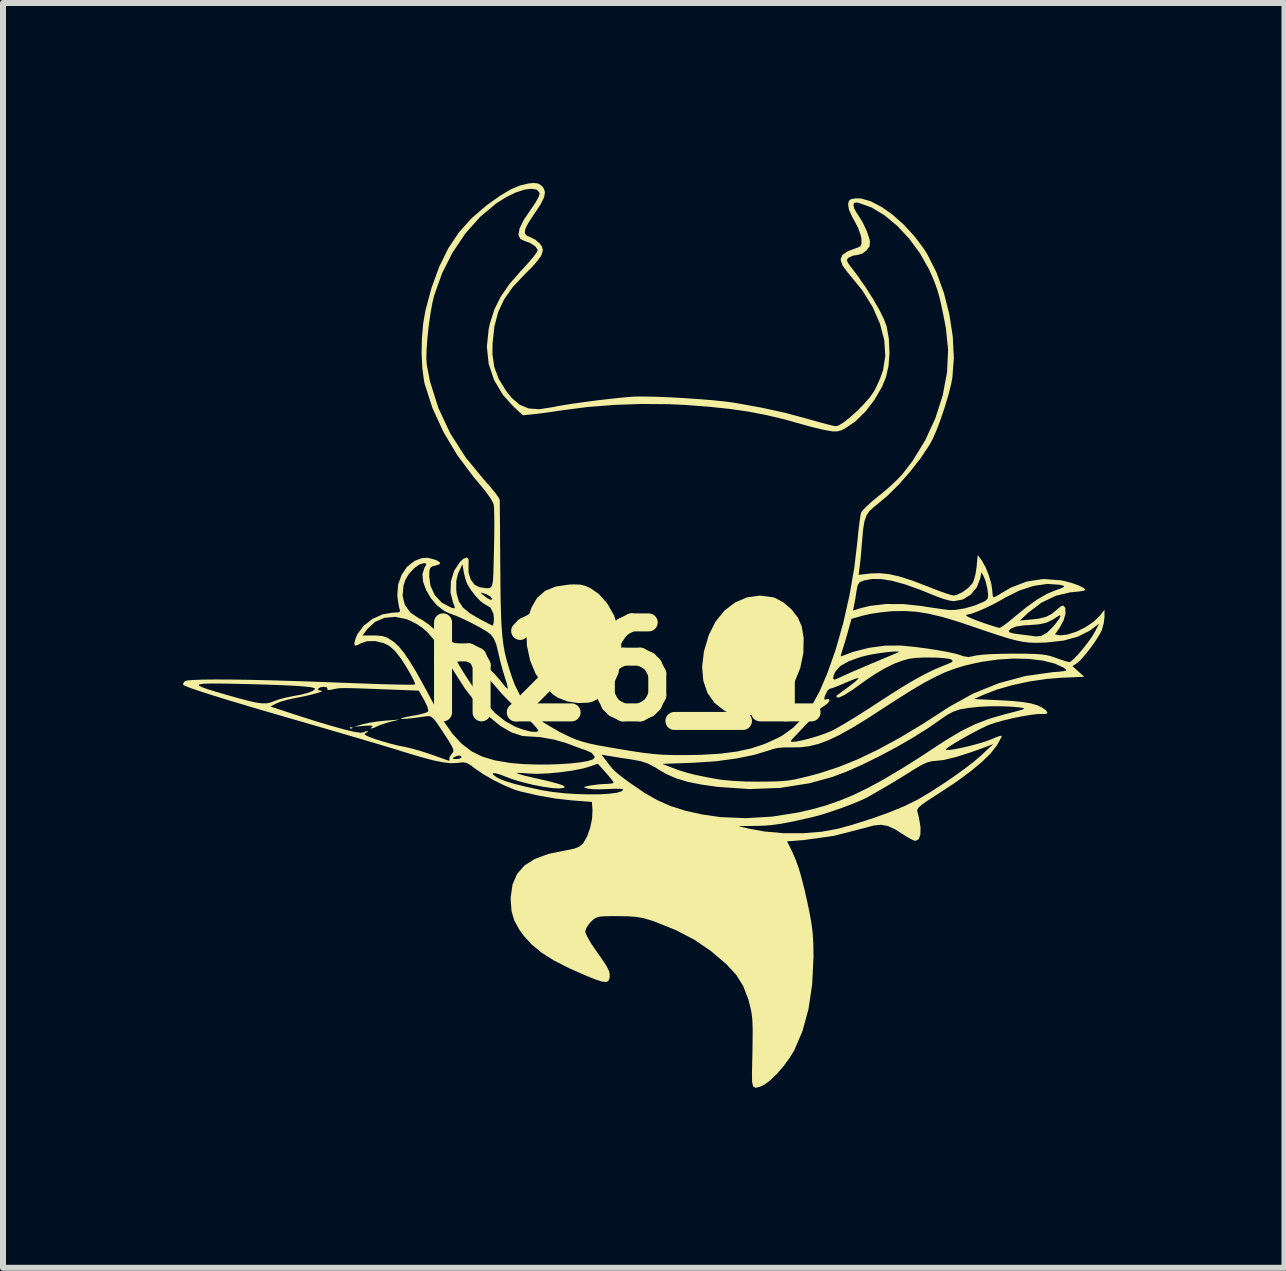
<source format=kicad_pcb>
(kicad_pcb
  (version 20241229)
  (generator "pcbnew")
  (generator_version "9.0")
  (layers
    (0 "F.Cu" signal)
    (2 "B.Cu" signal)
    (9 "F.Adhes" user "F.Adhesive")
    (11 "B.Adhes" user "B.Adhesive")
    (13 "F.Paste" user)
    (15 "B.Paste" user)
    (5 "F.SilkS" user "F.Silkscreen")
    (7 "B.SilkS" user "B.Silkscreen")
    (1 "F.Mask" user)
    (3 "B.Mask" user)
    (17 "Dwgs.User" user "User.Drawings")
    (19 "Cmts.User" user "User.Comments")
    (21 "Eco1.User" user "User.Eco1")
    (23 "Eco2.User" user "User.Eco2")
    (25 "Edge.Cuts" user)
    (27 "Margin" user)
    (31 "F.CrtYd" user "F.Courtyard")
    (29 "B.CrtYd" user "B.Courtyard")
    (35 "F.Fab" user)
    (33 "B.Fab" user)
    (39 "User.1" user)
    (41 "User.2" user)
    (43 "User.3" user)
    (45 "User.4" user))
  (footprint "h26_1"
    (layer "F.Cu")
    (at 7.371 7.131)
    (property "Reference" "h26_1" (at 0 1.016 0) (layer "F.SilkS") (effects (font (size 1.5 1.5) (thickness 0.3))))
    (attr board_only exclude_from_pos_files exclude_from_bom)
    (fp_poly (pts (xy -4.587 1.945) (xy -4.582 1.964) (xy -4.566 1.966) (xy -4.54 1.954) (xy -4.545 1.945) (xy -4.582 1.941)) (stroke (width 0) (type solid)) (fill yes) (layer "F.SilkS"))
    (fp_poly (pts (xy -3.995 1.832) (xy -4.136 1.847) (xy -4.274 1.869) (xy -4.375 1.892) (xy -4.518 1.934) (xy -4.344 1.919) (xy -4.245 1.914) (xy -4.207 1.921) (xy -4.217 1.935) (xy -4.244 1.959) (xy -4.226 1.963) (xy -4.18 1.949) (xy -4.14 1.929) (xy -4.074 1.901) (xy -3.975 1.869) (xy -3.918 1.853) (xy -3.757 1.814)) (stroke (width 0) (type solid)) (fill yes) (layer "F.SilkS"))
    (fp_poly (pts (xy 2.032 -0.223) (xy 1.833 -0.138) (xy 1.655 -0.002) (xy 1.507 0.181) (xy 1.395 0.404) (xy 1.313 0.681) (xy 1.283 0.937) (xy 1.303 1.168) (xy 1.372 1.37) (xy 1.49 1.537) (xy 1.655 1.666) (xy 1.688 1.684) (xy 1.827 1.728) (xy 1.997 1.744) (xy 2.171 1.73) (xy 2.325 1.688) (xy 2.336 1.683) (xy 2.529 1.562) (xy 2.694 1.393) (xy 2.826 1.186) (xy 2.92 0.953) (xy 2.971 0.705) (xy 2.976 0.452) (xy 2.944 0.261) (xy 2.881 0.116) (xy 2.773 -0.023) (xy 2.639 -0.139) (xy 2.497 -0.215) (xy 2.47 -0.223) (xy 2.247 -0.253)) (stroke (width 0) (type solid)) (fill yes) (layer "F.SilkS"))
    (fp_poly (pts (xy -0.935 -0.436) (xy -1.158 -0.403) (xy -1.333 -0.332) (xy -1.465 -0.218) (xy -1.56 -0.057) (xy -1.603 0.07) (xy -1.645 0.324) (xy -1.638 0.579) (xy -1.585 0.826) (xy -1.492 1.052) (xy -1.36 1.248) (xy -1.195 1.403) (xy -1.116 1.453) (xy -0.962 1.512) (xy -0.786 1.539) (xy -0.617 1.533) (xy -0.539 1.514) (xy -0.405 1.442) (xy -0.278 1.325) (xy -0.174 1.182) (xy -0.112 1.044) (xy -0.066 0.8) (xy -0.065 0.551) (xy -0.106 0.307) (xy -0.184 0.08) (xy -0.297 -0.12) (xy -0.441 -0.281) (xy -0.57 -0.371) (xy -0.66 -0.414) (xy -0.744 -0.435) (xy -0.848 -0.439)) (stroke (width 0) (type solid)) (fill yes) (layer "F.SilkS"))
    (fp_poly (pts (xy -1.608 -7.123) (xy -1.75 -7.09) (xy -1.902 -7.026) (xy -2.074 -6.925) (xy -2.276 -6.783) (xy -2.313 -6.755) (xy -2.56 -6.543) (xy -2.771 -6.307) (xy -2.949 -6.04) (xy -3.1 -5.733) (xy -3.228 -5.38) (xy -3.328 -5.01) (xy -3.366 -4.793) (xy -3.388 -4.545) (xy -3.393 -4.288) (xy -3.381 -4.044) (xy -3.353 -3.832) (xy -3.34 -3.776) (xy -3.212 -3.379) (xy -3.029 -2.98) (xy -2.797 -2.591) (xy -2.522 -2.224) (xy -2.443 -2.131) (xy -2.328 -1.992) (xy -2.243 -1.874) (xy -2.196 -1.786) (xy -2.191 -1.767) (xy -2.185 -1.705) (xy -2.182 -1.59) (xy -2.181 -1.435) (xy -2.182 -1.251) (xy -2.186 -1.05) (xy -2.186 -1.015) (xy -2.192 -0.795) (xy -2.196 -0.63) (xy -2.203 -0.514) (xy -2.214 -0.438) (xy -2.234 -0.394) (xy -2.265 -0.376) (xy -2.31 -0.375) (xy -2.372 -0.384) (xy -2.424 -0.391) (xy -2.509 -0.432) (xy -2.573 -0.518) (xy -2.61 -0.634) (xy -2.611 -0.765) (xy -2.61 -0.769) (xy -2.609 -0.856) (xy -2.638 -0.889) (xy -2.695 -0.867) (xy -2.751 -0.816) (xy -2.85 -0.668) (xy -2.904 -0.491) (xy -2.911 -0.305) (xy -2.87 -0.14) (xy -2.842 -0.068) (xy -2.842 -0.041) (xy -2.875 -0.044) (xy -2.894 -0.05) (xy -3.051 -0.13) (xy -3.17 -0.255) (xy -3.244 -0.414) (xy -3.266 -0.567) (xy -3.263 -0.664) (xy -3.249 -0.715) (xy -3.215 -0.739) (xy -3.17 -0.75) (xy -3.095 -0.774) (xy -3.083 -0.803) (xy -3.134 -0.837) (xy -3.175 -0.853) (xy -3.291 -0.883) (xy -3.389 -0.877) (xy -3.501 -0.834) (xy -3.518 -0.825) (xy -3.637 -0.732) (xy -3.728 -0.595) (xy -3.785 -0.432) (xy -3.798 -0.26) (xy -3.797 -0.245) (xy -3.783 -0.139) (xy -3.767 -0.053) (xy -3.758 -0.024) (xy -3.752 0.011) (xy -3.781 0.027) (xy -3.858 0.032) (xy -3.873 0.032) (xy -4.046 0.061) (xy -4.213 0.137) (xy -4.358 0.251) (xy -4.463 0.39) (xy -4.495 0.465) (xy -4.516 0.55) (xy -4.501 0.583) (xy -4.448 0.567) (xy -4.417 0.548) (xy -4.305 0.508) (xy -4.166 0.506) (xy -4.022 0.541) (xy -3.934 0.585) (xy -3.839 0.667) (xy -3.733 0.803) (xy -3.648 0.936) (xy -3.58 1.053) (xy -3.53 1.148) (xy -3.503 1.211) (xy -3.501 1.229) (xy -3.536 1.232) (xy -3.627 1.233) (xy -3.765 1.231) (xy -3.944 1.227) (xy -4.154 1.221) (xy -4.39 1.212) (xy -4.51 1.208) (xy -5.007 1.189) (xy -5.463 1.173) (xy -5.876 1.161) (xy -6.243 1.152) (xy -6.562 1.147) (xy -6.831 1.146) (xy -7.045 1.148) (xy -7.204 1.154) (xy -7.304 1.163) (xy -7.341 1.174) (xy -7.371 1.217) (xy -7.365 1.238) (xy -7.321 1.26) (xy -7.221 1.297) (xy -7.07 1.348) (xy -6.873 1.411) (xy -6.634 1.485) (xy -6.36 1.567) (xy -6.054 1.658) (xy -5.913 1.699) (xy -5.517 1.814) (xy -5.175 1.913) (xy -4.883 1.998) (xy -4.635 2.071) (xy -4.425 2.132) (xy -4.247 2.185) (xy -4.096 2.229) (xy -3.966 2.269) (xy -3.851 2.303) (xy -3.746 2.336) (xy -3.662 2.362) (xy -3.405 2.439) (xy -3.199 2.494) (xy -3.035 2.527) (xy -2.906 2.542) (xy -2.803 2.538) (xy -2.778 2.535) (xy -2.702 2.526) (xy -2.64 2.538) (xy -2.57 2.579) (xy -2.505 2.629) (xy -2.368 2.723) (xy -2.199 2.82) (xy -2.018 2.91) (xy -1.849 2.98) (xy -1.743 3.013) (xy -1.436 3.083) (xy -1.163 3.13) (xy -0.903 3.16) (xy -0.856 3.164) (xy -0.554 3.187) (xy -0.544 3.323) (xy -0.551 3.464) (xy -0.583 3.619) (xy -0.634 3.763) (xy -0.697 3.872) (xy -0.705 3.883) (xy -0.764 3.932) (xy -0.848 3.966) (xy -0.974 3.992) (xy -0.998 3.996) (xy -1.281 4.054) (xy -1.507 4.138) (xy -1.68 4.248) (xy -1.802 4.389) (xy -1.877 4.563) (xy -1.907 4.772) (xy -1.908 4.82) (xy -1.894 5.005) (xy -1.848 5.165) (xy -1.761 5.321) (xy -1.689 5.42) (xy -1.555 5.567) (xy -1.391 5.701) (xy -1.187 5.83) (xy -0.934 5.959) (xy -0.824 6.008) (xy -0.631 6.092) (xy -0.489 6.149) (xy -0.388 6.181) (xy -0.322 6.189) (xy -0.283 6.175) (xy -0.264 6.14) (xy -0.259 6.114) (xy -0.257 6.063) (xy -0.266 6.013) (xy -0.293 5.953) (xy -0.343 5.871) (xy -0.421 5.757) (xy -0.491 5.658) (xy -0.568 5.545) (xy -0.627 5.442) (xy -0.661 5.368) (xy -0.665 5.346) (xy -0.643 5.281) (xy -0.588 5.204) (xy -0.568 5.183) (xy -0.523 5.142) (xy -0.481 5.116) (xy -0.428 5.1) (xy -0.349 5.093) (xy -0.231 5.091) (xy -0.116 5.091) (xy 0.056 5.094) (xy 0.187 5.104) (xy 0.299 5.123) (xy 0.414 5.156) (xy 0.492 5.182) (xy 0.845 5.324) (xy 1.153 5.484) (xy 1.431 5.673) (xy 1.693 5.897) (xy 1.852 6.071) (xy 1.968 6.256) (xy 2.052 6.474) (xy 2.082 6.588) (xy 2.098 6.655) (xy 2.109 6.719) (xy 2.118 6.79) (xy 2.123 6.876) (xy 2.126 6.985) (xy 2.125 7.126) (xy 2.123 7.307) (xy 2.118 7.538) (xy 2.114 7.721) (xy 2.116 7.852) (xy 2.133 7.927) (xy 2.173 7.953) (xy 2.243 7.937) (xy 2.309 7.907) (xy 2.408 7.838) (xy 2.523 7.728) (xy 2.641 7.592) (xy 2.748 7.445) (xy 2.818 7.33) (xy 2.956 7.008) (xy 3.057 6.639) (xy 3.118 6.225) (xy 3.14 5.772) (xy 3.14 5.752) (xy 3.137 5.55) (xy 3.127 5.38) (xy 3.107 5.216) (xy 3.074 5.034) (xy 3.045 4.892) (xy 2.989 4.645) (xy 2.939 4.447) (xy 2.893 4.288) (xy 2.845 4.155) (xy 2.794 4.035) (xy 2.773 3.992) (xy 2.699 3.845) (xy 2.975 3.823) (xy 3.479 3.753) (xy 3.977 3.625) (xy 4.138 3.581) (xy 4.266 3.568) (xy 4.382 3.589) (xy 4.507 3.648) (xy 4.631 3.727) (xy 4.725 3.785) (xy 4.802 3.825) (xy 4.84 3.837) (xy 4.894 3.809) (xy 4.922 3.731) (xy 4.924 3.61) (xy 4.899 3.454) (xy 4.87 3.345) (xy 4.87 3.316) (xy 4.892 3.281) (xy 4.943 3.236) (xy 5.03 3.174) (xy 5.161 3.088) (xy 5.255 3.028) (xy 5.519 2.854) (xy 5.752 2.683) (xy 5.946 2.522) (xy 6.096 2.375) (xy 6.195 2.247) (xy 6.2 2.239) (xy 6.209 2.223) (xy 6.137 2.223) (xy 5.93 2.416) (xy 5.812 2.517) (xy 5.653 2.639) (xy 5.468 2.772) (xy 5.271 2.905) (xy 5.077 3.03) (xy 4.9 3.135) (xy 4.878 3.148) (xy 4.665 3.253) (xy 4.403 3.361) (xy 4.107 3.467) (xy 3.791 3.567) (xy 3.552 3.633) (xy 3.275 3.684) (xy 2.963 3.709) (xy 2.637 3.708) (xy 2.318 3.679) (xy 2.062 3.632) (xy 1.887 3.59) (xy 2.182 3.587) (xy 2.318 3.583) (xy 2.448 3.572) (xy 2.587 3.553) (xy 2.748 3.523) (xy 2.945 3.481) (xy 3.14 3.436) (xy 3.278 3.398) (xy 3.444 3.345) (xy 3.62 3.284) (xy 3.79 3.22) (xy 3.934 3.16) (xy 4.036 3.111) (xy 4.04 3.109) (xy 4.12 3.063) (xy 4.23 3) (xy 4.329 2.943) (xy 4.446 2.874) (xy 4.591 2.786) (xy 4.736 2.696) (xy 4.776 2.67) (xy 4.92 2.583) (xy 5.028 2.531) (xy 5.114 2.508) (xy 5.152 2.505) (xy 5.308 2.489) (xy 5.514 2.439) (xy 5.769 2.358) (xy 5.883 2.317) (xy 6.137 2.223) (xy 6.209 2.223) (xy 6.246 2.157) (xy 6.275 2.099) (xy 6.279 2.084) (xy 6.253 2.085) (xy 6.186 2.108) (xy 6.113 2.139) (xy 6.016 2.176) (xy 5.892 2.214) (xy 5.755 2.251) (xy 5.618 2.283) (xy 5.495 2.308) (xy 5.401 2.321) (xy 5.349 2.319) (xy 5.344 2.316) (xy 5.364 2.292) (xy 5.43 2.247) (xy 5.528 2.186) (xy 5.649 2.116) (xy 5.781 2.043) (xy 5.912 1.975) (xy 6.03 1.918) (xy 6.057 1.906) (xy 6.159 1.87) (xy 6.297 1.831) (xy 6.456 1.793) (xy 6.618 1.76) (xy 6.767 1.735) (xy 6.886 1.721) (xy 6.954 1.721) (xy 7.021 1.72) (xy 7.039 1.695) (xy 7.011 1.656) (xy 6.981 1.635) (xy 6.652 1.635) (xy 6.618 1.648) (xy 6.536 1.672) (xy 6.419 1.703) (xy 6.325 1.727) (xy 6.066 1.802) (xy 5.83 1.893) (xy 5.596 2.009) (xy 5.345 2.159) (xy 5.253 2.219) (xy 4.895 2.454) (xy 4.578 2.652) (xy 4.296 2.819) (xy 4.039 2.958) (xy 3.801 3.073) (xy 3.573 3.167) (xy 3.348 3.245) (xy 3.117 3.31) (xy 2.886 3.363) (xy 2.448 3.432) (xy 2.01 3.458) (xy 1.587 3.44) (xy 1.278 3.395) (xy 0.999 3.332) (xy 0.759 3.256) (xy 0.537 3.158) (xy 0.315 3.031) (xy 0.242 2.98) (xy -0.031 2.98) (xy -0.061 3.011) (xy -0.144 3.035) (xy -0.27 3.051) (xy -0.429 3.06) (xy -0.612 3.061) (xy -0.808 3.056) (xy -1.008 3.043) (xy -1.201 3.022) (xy -1.378 2.994) (xy -1.426 2.984) (xy -1.665 2.931) (xy -1.848 2.885) (xy -1.986 2.844) (xy -2.085 2.806) (xy -2.149 2.772) (xy -2.202 2.729) (xy -2.202 2.708) (xy -2.156 2.71) (xy -2.072 2.735) (xy -2.016 2.757) (xy -1.875 2.81) (xy -1.711 2.859) (xy -1.538 2.901) (xy -1.369 2.934) (xy -1.218 2.956) (xy -1.099 2.963) (xy -1.024 2.953) (xy -1.017 2.95) (xy -1.008 2.933) (xy -1.039 2.911) (xy -1.116 2.884) (xy -1.242 2.85) (xy -1.424 2.807) (xy -1.561 2.776) (xy -1.676 2.749) (xy -1.762 2.725) (xy -1.805 2.709) (xy -1.807 2.707) (xy -1.778 2.702) (xy -1.704 2.705) (xy -1.62 2.713) (xy -1.473 2.719) (xy -1.287 2.712) (xy -1.083 2.693) (xy -0.883 2.665) (xy -0.708 2.631) (xy -0.616 2.605) (xy -0.455 2.551) (xy -0.322 2.699) (xy -0.253 2.78) (xy -0.205 2.841) (xy -0.19 2.867) (xy -0.218 2.879) (xy -0.289 2.886) (xy -0.324 2.887) (xy -0.448 2.895) (xy -0.573 2.912) (xy -0.586 2.914) (xy -0.664 2.931) (xy -0.686 2.942) (xy -0.655 2.955) (xy -0.622 2.964) (xy -0.547 2.974) (xy -0.432 2.977) (xy -0.3 2.973) (xy -0.281 2.972) (xy -0.165 2.967) (xy -0.077 2.969) (xy -0.033 2.977) (xy -0.031 2.98) (xy 0.242 2.98) (xy 0.072 2.864) (xy 0.064 2.858) (xy -0.055 2.77) (xy -0.137 2.704) (xy -0.199 2.646) (xy -0.255 2.581) (xy -0.321 2.494) (xy -0.323 2.492) (xy -0.356 2.447) (xy -0.507 2.447) (xy -0.537 2.478) (xy -0.62 2.505) (xy -0.747 2.527) (xy -0.908 2.545) (xy -1.094 2.557) (xy -1.295 2.564) (xy -1.501 2.563) (xy -1.703 2.556) (xy -1.89 2.54) (xy -1.93 2.535) (xy -2.174 2.494) (xy -2.347 2.442) (xy -2.726 2.442) (xy -2.754 2.465) (xy -2.814 2.473) (xy -2.869 2.468) (xy -2.867 2.452) (xy -2.853 2.442) (xy -2.786 2.414) (xy -2.738 2.419) (xy -2.726 2.442) (xy -2.347 2.442) (xy -2.383 2.431) (xy -2.556 2.345) (xy -2.863 2.345) (xy -2.878 2.372) (xy -2.893 2.387) (xy -2.929 2.442) (xy -2.929 2.48) (xy -2.928 2.502) (xy -2.967 2.491) (xy -3.024 2.47) (xy -3.123 2.435) (xy -3.245 2.392) (xy -3.285 2.378) (xy -3.424 2.334) (xy -3.559 2.296) (xy -3.665 2.271) (xy -3.681 2.268) (xy -3.792 2.246) (xy -3.921 2.213) (xy -4.054 2.175) (xy -4.177 2.136) (xy -4.274 2.1) (xy -4.333 2.071) (xy -4.344 2.059) (xy -4.319 2.031) (xy -4.307 2.029) (xy -4.285 2.017) (xy -4.29 2.009) (xy -4.328 2.009) (xy -4.356 2.027) (xy -4.408 2.034) (xy -4.518 2.018) (xy -4.686 1.978) (xy -4.91 1.916) (xy -5.191 1.831) (xy -5.526 1.724) (xy -5.596 1.701) (xy -5.913 1.596) (xy -5.817 1.546) (xy -5.734 1.513) (xy -5.616 1.48) (xy -5.516 1.459) (xy -5.373 1.431) (xy -5.245 1.402) (xy -5.142 1.375) (xy -5.073 1.353) (xy -5.049 1.338) (xy -5.067 1.334) (xy -5.117 1.322) (xy -5.117 1.3) (xy -5.168 1.3) (xy -5.198 1.332) (xy -5.28 1.366) (xy -5.403 1.399) (xy -5.534 1.423) (xy -5.659 1.448) (xy -5.777 1.48) (xy -5.835 1.501) (xy -5.906 1.528) (xy -5.974 1.543) (xy -6.052 1.544) (xy -6.15 1.531) (xy -6.28 1.502) (xy -6.453 1.456) (xy -6.564 1.425) (xy -6.783 1.362) (xy -6.947 1.312) (xy -7.054 1.274) (xy -7.105 1.247) (xy -7.097 1.228) (xy -7.031 1.217) (xy -6.904 1.213) (xy -6.716 1.214) (xy -6.467 1.219) (xy -6.405 1.22) (xy -6.057 1.229) (xy -5.769 1.239) (xy -5.541 1.249) (xy -5.369 1.261) (xy -5.251 1.273) (xy -5.185 1.287) (xy -5.168 1.3) (xy -5.117 1.3) (xy -5.117 1.298) (xy -5.078 1.276) (xy -5.022 1.268) (xy -4.967 1.279) (xy -4.964 1.304) (xy -4.96 1.323) (xy -4.905 1.318) (xy -4.879 1.312) (xy -4.837 1.303) (xy -4.797 1.296) (xy -4.75 1.291) (xy -4.687 1.289) (xy -4.599 1.29) (xy -4.477 1.293) (xy -4.313 1.299) (xy -4.096 1.307) (xy -4.011 1.31) (xy -3.44 1.332) (xy -3.348 1.493) (xy -3.296 1.6) (xy -3.281 1.667) (xy -3.288 1.684) (xy -3.333 1.704) (xy -3.421 1.728) (xy -3.521 1.747) (xy -3.628 1.766) (xy -3.707 1.785) (xy -3.74 1.798) (xy -3.721 1.804) (xy -3.65 1.801) (xy -3.538 1.79) (xy -3.396 1.771) (xy -3.313 1.759) (xy -3.269 1.756) (xy -3.232 1.768) (xy -3.191 1.803) (xy -3.138 1.871) (xy -3.064 1.98) (xy -3.027 2.038) (xy -2.943 2.166) (xy -2.891 2.253) (xy -2.866 2.309) (xy -2.863 2.345) (xy -2.556 2.345) (xy -2.565 2.34) (xy -2.728 2.215) (xy -2.88 2.049) (xy -3.029 1.836) (xy -3.183 1.569) (xy -3.217 1.506) (xy -3.363 1.235) (xy -3.486 1.015) (xy -3.592 0.841) (xy -3.683 0.707) (xy -3.765 0.606) (xy -3.84 0.533) (xy -3.872 0.508) (xy -3.964 0.45) (xy -4.05 0.421) (xy -4.162 0.412) (xy -4.192 0.412) (xy -4.379 0.412) (xy -4.296 0.304) (xy -4.169 0.186) (xy -4.011 0.118) (xy -3.833 0.102) (xy -3.648 0.139) (xy -3.567 0.173) (xy -3.464 0.228) (xy -3.373 0.29) (xy -3.289 0.366) (xy -3.203 0.466) (xy -3.11 0.596) (xy -3.001 0.765) (xy -2.872 0.982) (xy -2.852 1.015) (xy -2.668 1.301) (xy -2.475 1.55) (xy -2.278 1.757) (xy -2.082 1.919) (xy -1.891 2.03) (xy -1.711 2.088) (xy -1.626 2.094) (xy -1.415 2.107) (xy -1.189 2.147) (xy -0.985 2.205) (xy -0.951 2.218) (xy -0.833 2.263) (xy -0.719 2.304) (xy -0.665 2.321) (xy -0.558 2.369) (xy -0.51 2.43) (xy -0.507 2.447) (xy -0.356 2.447) (xy -0.391 2.4) (xy -0.267 2.421) (xy -0.173 2.437) (xy -0.044 2.457) (xy 0.096 2.478) (xy 0.108 2.48) (xy 0.265 2.509) (xy 0.387 2.55) (xy 0.504 2.613) (xy 0.537 2.634) (xy 0.69 2.724) (xy 0.854 2.795) (xy 1.042 2.852) (xy 1.266 2.897) (xy 1.539 2.936) (xy 2.074 2.973) (xy 2.585 2.953) (xy 3.073 2.876) (xy 3.457 2.77) (xy 3.686 2.684) (xy 3.951 2.567) (xy 4.235 2.427) (xy 4.525 2.273) (xy 4.804 2.112) (xy 5.058 1.952) (xy 5.263 1.809) (xy 5.371 1.735) (xy 5.471 1.682) (xy 5.582 1.645) (xy 5.719 1.621) (xy 5.898 1.602) (xy 5.95 1.599) (xy 6.074 1.593) (xy 6.212 1.592) (xy 6.351 1.595) (xy 6.477 1.602) (xy 6.578 1.612) (xy 6.64 1.623) (xy 6.652 1.635) (xy 6.981 1.635) (xy 6.944 1.61) (xy 6.866 1.574) (xy 6.761 1.544) (xy 6.621 1.521) (xy 6.436 1.503) (xy 6.263 1.493) (xy 5.819 1.472) (xy 5.978 1.399) (xy 6.198 1.314) (xy 6.46 1.239) (xy 6.747 1.178) (xy 7.037 1.136) (xy 7.26 1.118) (xy 7.654 1.101) (xy 7.556 1.013) (xy 7.538 0.996) (xy 7.35 0.996) (xy 7.312 1.007) (xy 7.226 1.017) (xy 7.128 1.024) (xy 6.678 1.087) (xy 6.231 1.207) (xy 5.802 1.38) (xy 5.404 1.601) (xy 5.372 1.622) (xy 4.951 1.894) (xy 4.567 2.124) (xy 4.213 2.316) (xy 3.881 2.475) (xy 3.564 2.603) (xy 3.255 2.705) (xy 3.077 2.753) (xy 2.934 2.788) (xy 2.824 2.813) (xy 2.728 2.829) (xy 2.631 2.839) (xy 2.515 2.845) (xy 2.365 2.848) (xy 2.22 2.849) (xy 2.013 2.847) (xy 1.81 2.837) (xy 1.632 2.821) (xy 1.539 2.808) (xy 1.325 2.768) (xy 1.158 2.733) (xy 1.022 2.698) (xy 0.9 2.66) (xy 0.803 2.624) (xy 0.619 2.553) (xy 1.142 2.534) (xy 1.507 2.51) (xy 1.851 2.464) (xy 2.162 2.4) (xy 2.426 2.319) (xy 2.458 2.307) (xy 2.541 2.288) (xy 2.658 2.278) (xy 2.759 2.278) (xy 2.914 2.277) (xy 3.065 2.259) (xy 3.218 2.222) (xy 3.383 2.161) (xy 3.567 2.074) (xy 3.778 1.956) (xy 4.024 1.806) (xy 4.262 1.652) (xy 4.543 1.47) (xy 4.781 1.321) (xy 4.986 1.2) (xy 5.167 1.104) (xy 5.332 1.027) (xy 5.49 0.967) (xy 5.651 0.918) (xy 5.823 0.877) (xy 5.94 0.853) (xy 6.067 0.834) (xy 5.46 0.834) (xy 5.447 0.856) (xy 5.385 0.885) (xy 5.338 0.903) (xy 5.173 0.971) (xy 4.998 1.056) (xy 4.804 1.162) (xy 4.582 1.295) (xy 4.324 1.46) (xy 4.198 1.542) (xy 4.017 1.66) (xy 3.841 1.771) (xy 3.68 1.869) (xy 3.546 1.947) (xy 3.452 1.997) (xy 3.445 2.001) (xy 3.335 2.046) (xy 3.206 2.091) (xy 3.073 2.13) (xy 2.949 2.161) (xy 2.846 2.181) (xy 2.779 2.185) (xy 2.759 2.175) (xy 2.78 2.148) (xy 2.836 2.087) (xy 2.917 2.001) (xy 2.981 1.934) (xy 3.075 1.836) (xy 3.149 1.753) (xy 3.194 1.698) (xy 3.203 1.681) (xy 3.228 1.65) (xy 3.29 1.605) (xy 3.316 1.589) (xy 3.379 1.541) (xy 3.408 1.497) (xy 3.4 1.472) (xy 3.351 1.477) (xy 3.347 1.479) (xy 3.32 1.481) (xy 3.322 1.447) (xy 3.339 1.398) (xy 3.374 1.331) (xy 3.411 1.3) (xy 3.413 1.3) (xy 3.459 1.288) (xy 3.545 1.255) (xy 3.653 1.21) (xy 3.665 1.204) (xy 3.77 1.16) (xy 3.85 1.13) (xy 3.891 1.121) (xy 3.892 1.122) (xy 3.875 1.146) (xy 3.819 1.196) (xy 3.733 1.262) (xy 3.721 1.271) (xy 3.629 1.338) (xy 3.558 1.39) (xy 3.524 1.415) (xy 3.523 1.416) (xy 3.526 1.443) (xy 3.528 1.445) (xy 3.57 1.445) (xy 3.655 1.405) (xy 3.784 1.323) (xy 3.958 1.199) (xy 3.999 1.169) (xy 4.149 1.066) (xy 4.313 0.969) (xy 4.463 0.893) (xy 4.504 0.876) (xy 4.627 0.83) (xy 4.733 0.801) (xy 4.845 0.786) (xy 4.986 0.78) (xy 5.058 0.78) (xy 5.2 0.782) (xy 5.321 0.791) (xy 5.407 0.803) (xy 5.434 0.812) (xy 5.46 0.834) (xy 6.067 0.834) (xy 6.208 0.814) (xy 6.477 0.797) (xy 6.732 0.803) (xy 6.964 0.831) (xy 7.16 0.88) (xy 7.308 0.948) (xy 7.32 0.957) (xy 7.35 0.981) (xy 7.35 0.996) (xy 7.538 0.996) (xy 7.457 0.924) (xy 7.53 0.876) (xy 7.594 0.819) (xy 7.677 0.724) (xy 7.768 0.607) (xy 7.852 0.487) (xy 7.919 0.378) (xy 7.946 0.323) (xy 7.977 0.215) (xy 7.901 0.215) (xy 7.837 0.34) (xy 7.785 0.428) (xy 7.712 0.532) (xy 7.628 0.638) (xy 7.544 0.736) (xy 7.471 0.812) (xy 7.419 0.852) (xy 7.407 0.856) (xy 7.358 0.846) (xy 7.27 0.818) (xy 7.18 0.786) (xy 7.102 0.759) (xy 7.025 0.74) (xy 6.936 0.727) (xy 6.821 0.72) (xy 6.67 0.716) (xy 6.47 0.715) (xy 6.265 0.718) (xy 6.085 0.724) (xy 5.941 0.734) (xy 5.844 0.747) (xy 5.826 0.752) (xy 5.725 0.772) (xy 5.636 0.758) (xy 5.597 0.743) (xy 5.51 0.717) (xy 5.376 0.687) (xy 5.361 0.684) (xy 4.563 0.684) (xy 4.551 0.695) (xy 4.5 0.716) (xy 4.403 0.757) (xy 4.272 0.812) (xy 4.119 0.876) (xy 4.06 0.901) (xy 3.9 0.969) (xy 3.756 1.031) (xy 3.641 1.083) (xy 3.566 1.117) (xy 3.552 1.125) (xy 3.487 1.149) (xy 3.464 1.127) (xy 3.484 1.058) (xy 3.504 1.015) (xy 3.585 0.923) (xy 3.726 0.842) (xy 3.925 0.772) (xy 4.028 0.745) (xy 4.133 0.724) (xy 4.249 0.706) (xy 4.362 0.691) (xy 4.461 0.682) (xy 4.532 0.679) (xy 4.563 0.684) (xy 5.361 0.684) (xy 5.207 0.657) (xy 5.02 0.628) (xy 4.828 0.603) (xy 4.646 0.585) (xy 4.583 0.58) (xy 4.332 0.582) (xy 4.065 0.618) (xy 3.813 0.682) (xy 3.758 0.701) (xy 3.669 0.735) (xy 3.609 0.756) (xy 3.594 0.761) (xy 3.599 0.734) (xy 3.619 0.666) (xy 3.631 0.626) (xy 3.666 0.515) (xy 3.705 0.382) (xy 3.724 0.313) (xy 3.773 0.135) (xy 3.972 0.079) (xy 4.097 0.051) (xy 4.258 0.027) (xy 4.424 0.01) (xy 4.474 0.007) (xy 4.67 0.005) (xy 4.863 0.018) (xy 5.066 0.051) (xy 5.292 0.105) (xy 5.552 0.183) (xy 5.772 0.257) (xy 6.024 0.343) (xy 6.227 0.41) (xy 6.39 0.461) (xy 6.523 0.496) (xy 6.635 0.519) (xy 6.737 0.531) (xy 6.839 0.535) (xy 6.951 0.532) (xy 7.026 0.529) (xy 7.306 0.498) (xy 7.539 0.435) (xy 7.733 0.339) (xy 7.796 0.295) (xy 7.901 0.215) (xy 7.977 0.215) (xy 7.978 0.213) (xy 7.991 0.1) (xy 7.991 0.099) (xy 7.991 -0.016) (xy 7.912 0.084) (xy 7.811 0.182) (xy 7.676 0.273) (xy 7.527 0.347) (xy 7.381 0.395) (xy 7.257 0.41) (xy 7.236 0.407) (xy 7.166 0.396) (xy 7.241 0.285) (xy 7.308 0.164) (xy 7.33 0.088) (xy 7.259 0.088) (xy 7.234 0.137) (xy 7.172 0.221) (xy 7.146 0.251) (xy 7.037 0.362) (xy 6.94 0.419) (xy 6.846 0.429) (xy 6.834 0.427) (xy 6.767 0.417) (xy 6.665 0.404) (xy 6.598 0.396) (xy 6.475 0.379) (xy 6.409 0.361) (xy 6.394 0.337) (xy 6.425 0.304) (xy 6.439 0.294) (xy 6.519 0.263) (xy 6.648 0.244) (xy 6.734 0.239) (xy 6.899 0.227) (xy 7.023 0.199) (xy 7.131 0.147) (xy 7.191 0.107) (xy 7.245 0.076) (xy 7.259 0.088) (xy 7.33 0.088) (xy 7.341 0.049) (xy 7.337 -0.042) (xy 7.327 -0.063) (xy 7.3 -0.087) (xy 7.262 -0.073) (xy 7.208 -0.027) (xy 7.111 0.053) (xy 7.013 0.103) (xy 6.893 0.132) (xy 6.78 0.145) (xy 6.581 0.163) (xy 6.723 0.03) (xy 6.941 -0.135) (xy 7.178 -0.249) (xy 7.423 -0.307) (xy 7.46 -0.31) (xy 7.568 -0.321) (xy 7.644 -0.334) (xy 7.675 -0.347) (xy 7.675 -0.347) (xy 7.646 -0.379) (xy 7.586 -0.41) (xy 7.319 -0.41) (xy 7.308 -0.392) (xy 7.247 -0.366) (xy 7.177 -0.342) (xy 7.029 -0.28) (xy 6.87 -0.188) (xy 6.692 -0.061) (xy 6.484 0.108) (xy 6.471 0.119) (xy 6.376 0.197) (xy 6.298 0.255) (xy 6.249 0.284) (xy 6.243 0.285) (xy 6.199 0.276) (xy 6.112 0.249) (xy 5.999 0.212) (xy 5.967 0.201) (xy 5.818 0.146) (xy 5.721 0.104) (xy 5.681 0.076) (xy 5.699 0.063) (xy 5.71 0.063) (xy 5.782 0.047) (xy 5.893 0.005) (xy 6.03 -0.055) (xy 6.176 -0.128) (xy 6.318 -0.207) (xy 6.341 -0.221) (xy 6.573 -0.337) (xy 6.81 -0.414) (xy 7.038 -0.447) (xy 7.245 -0.433) (xy 7.288 -0.423) (xy 7.319 -0.41) (xy 7.586 -0.41) (xy 7.57 -0.418) (xy 7.461 -0.458) (xy 7.333 -0.493) (xy 7.258 -0.508) (xy 6.972 -0.529) (xy 6.694 -0.487) (xy 6.427 -0.384) (xy 6.31 -0.316) (xy 6.225 -0.264) (xy 6.162 -0.23) (xy 6.142 -0.222) (xy 6.128 -0.25) (xy 6.128 -0.252) (xy 6.052 -0.252) (xy 6.043 -0.201) (xy 6.006 -0.166) (xy 5.966 -0.145) (xy 5.821 -0.085) (xy 5.658 -0.039) (xy 5.502 -0.014) (xy 5.407 -0.012) (xy 5.322 -0.022) (xy 5.194 -0.04) (xy 5.044 -0.062) (xy 4.947 -0.078) (xy 4.643 -0.111) (xy 4.348 -0.112) (xy 4.082 -0.081) (xy 3.944 -0.048) (xy 3.799 -0.004) (xy 3.819 -0.105) (xy 3.838 -0.205) (xy 3.856 -0.32) (xy 3.859 -0.341) (xy 3.878 -0.43) (xy 3.911 -0.477) (xy 3.975 -0.504) (xy 3.977 -0.504) (xy 4.116 -0.529) (xy 4.272 -0.528) (xy 4.454 -0.498) (xy 4.667 -0.439) (xy 4.92 -0.349) (xy 5.185 -0.241) (xy 5.303 -0.198) (xy 5.414 -0.168) (xy 5.48 -0.159) (xy 5.63 -0.188) (xy 5.762 -0.269) (xy 5.863 -0.391) (xy 5.92 -0.541) (xy 5.94 -0.643) (xy 5.98 -0.567) (xy 6.009 -0.489) (xy 6.035 -0.383) (xy 6.042 -0.343) (xy 6.052 -0.252) (xy 6.128 -0.252) (xy 6.121 -0.318) (xy 6.121 -0.332) (xy 6.105 -0.445) (xy 6.065 -0.584) (xy 6.009 -0.724) (xy 5.947 -0.836) (xy 5.935 -0.852) (xy 5.877 -0.928) (xy 5.859 -0.732) (xy 5.841 -0.613) (xy 5.813 -0.509) (xy 5.789 -0.457) (xy 5.718 -0.379) (xy 5.622 -0.309) (xy 5.525 -0.263) (xy 5.475 -0.254) (xy 5.425 -0.265) (xy 5.329 -0.296) (xy 5.201 -0.343) (xy 5.054 -0.4) (xy 5.032 -0.409) (xy 4.782 -0.504) (xy 4.576 -0.57) (xy 4.401 -0.61) (xy 4.245 -0.626) (xy 4.098 -0.622) (xy 4.081 -0.62) (xy 3.892 -0.598) (xy 3.912 -0.751) (xy 3.924 -0.858) (xy 3.937 -0.999) (xy 3.949 -1.149) (xy 3.951 -1.173) (xy 3.967 -1.356) (xy 3.989 -1.489) (xy 4.023 -1.587) (xy 4.073 -1.662) (xy 4.146 -1.729) (xy 4.181 -1.756) (xy 4.366 -1.91) (xy 4.562 -2.104) (xy 4.753 -2.321) (xy 4.927 -2.544) (xy 5.069 -2.758) (xy 5.122 -2.853) (xy 5.186 -2.996) (xy 5.256 -3.18) (xy 5.325 -3.385) (xy 5.387 -3.59) (xy 5.433 -3.773) (xy 5.455 -3.885) (xy 5.48 -4.213) (xy 5.473 -4.351) (xy 5.384 -4.351) (xy 5.366 -3.974) (xy 5.294 -3.591) (xy 5.172 -3.21) (xy 5.002 -2.841) (xy 4.788 -2.492) (xy 4.618 -2.272) (xy 4.534 -2.184) (xy 4.419 -2.075) (xy 4.29 -1.964) (xy 4.224 -1.912) (xy 4.111 -1.819) (xy 4.017 -1.733) (xy 3.954 -1.666) (xy 3.934 -1.636) (xy 3.921 -1.579) (xy 3.906 -1.473) (xy 3.889 -1.332) (xy 3.873 -1.171) (xy 3.87 -1.14) (xy 3.819 -0.71) (xy 3.739 -0.254) (xy 3.636 0.203) (xy 3.514 0.632) (xy 3.498 0.682) (xy 3.372 1.039) (xy 3.244 1.338) (xy 3.109 1.586) (xy 2.963 1.787) (xy 2.803 1.949) (xy 2.625 2.077) (xy 2.539 2.124) (xy 2.324 2.221) (xy 2.101 2.295) (xy 1.858 2.348) (xy 1.583 2.383) (xy 1.265 2.402) (xy 1.031 2.406) (xy 0.82 2.406) (xy 0.64 2.401) (xy 0.471 2.388) (xy 0.291 2.367) (xy 0.081 2.335) (xy -0.048 2.314) (xy -0.276 2.275) (xy -0.454 2.243) (xy -0.594 2.214) (xy -0.708 2.184) (xy -0.808 2.151) (xy -0.907 2.11) (xy -1.016 2.058) (xy -1.109 2.012) (xy -1.125 2.002) (xy -1.445 2.002) (xy -1.446 2.004) (xy -1.491 2.021) (xy -1.578 2.013) (xy -1.694 1.984) (xy -1.823 1.937) (xy -1.836 1.931) (xy -2.003 1.838) (xy -2.169 1.704) (xy -2.341 1.522) (xy -2.451 1.385) (xy -2.527 1.282) (xy -2.609 1.16) (xy -2.692 1.031) (xy -2.769 0.904) (xy -2.833 0.791) (xy -2.879 0.701) (xy -2.901 0.646) (xy -2.898 0.634) (xy -2.865 0.651) (xy -2.796 0.694) (xy -2.704 0.756) (xy -2.701 0.758) (xy -2.5 0.915) (xy -2.297 1.107) (xy -2.118 1.312) (xy -2.116 1.316) (xy -2.052 1.388) (xy -1.955 1.488) (xy -1.837 1.602) (xy -1.722 1.708) (xy -1.611 1.811) (xy -1.523 1.9) (xy -1.465 1.967) (xy -1.445 2.002) (xy -1.125 2.002) (xy -1.359 1.864) (xy -1.558 1.691) (xy -1.715 1.485) (xy -1.817 1.28) (xy -1.957 1.28) (xy -1.96 1.299) (xy -1.989 1.276) (xy -2.041 1.215) (xy -2.076 1.169) (xy -2.179 1.05) (xy -2.316 0.919) (xy -2.472 0.788) (xy -2.634 0.667) (xy -2.787 0.568) (xy -2.916 0.503) (xy -2.948 0.492) (xy -3.012 0.456) (xy -3.097 0.389) (xy -3.163 0.326) (xy -3.264 0.236) (xy -3.378 0.157) (xy -3.443 0.122) (xy -3.581 0.03) (xy -3.672 -0.098) (xy -3.71 -0.251) (xy -3.694 -0.422) (xy -3.663 -0.516) (xy -3.604 -0.615) (xy -3.521 -0.705) (xy -3.432 -0.769) (xy -3.357 -0.793) (xy -3.317 -0.788) (xy -3.318 -0.763) (xy -3.346 -0.716) (xy -3.379 -0.611) (xy -3.368 -0.483) (xy -3.318 -0.345) (xy -3.238 -0.209) (xy -3.135 -0.088) (xy -3.015 0.004) (xy -2.917 0.048) (xy -2.816 0.085) (xy -2.688 0.142) (xy -2.549 0.21) (xy -2.418 0.28) (xy -2.31 0.344) (xy -2.246 0.39) (xy -2.193 0.456) (xy -2.151 0.552) (xy -2.115 0.694) (xy -2.113 0.706) (xy -2.078 0.854) (xy -2.037 1.007) (xy -2.001 1.123) (xy -1.971 1.216) (xy -1.957 1.28) (xy -1.817 1.28) (xy -1.841 1.232) (xy -1.887 1.108) (xy -1.934 0.963) (xy -1.973 0.831) (xy -2.005 0.702) (xy -2.029 0.568) (xy -2.047 0.42) (xy -2.06 0.25) (xy -2.066 0.132) (xy -2.187 0.132) (xy -2.193 0.208) (xy -2.206 0.247) (xy -2.211 0.248) (xy -2.25 0.229) (xy -2.327 0.189) (xy -2.425 0.138) (xy -2.591 0.04) (xy -2.704 -0.054) (xy -2.773 -0.158) (xy -2.808 -0.281) (xy -2.815 -0.345) (xy -2.815 -0.494) (xy -2.788 -0.612) (xy -2.77 -0.653) (xy -2.712 -0.776) (xy -2.69 -0.643) (xy -2.666 -0.54) (xy -2.635 -0.452) (xy -2.628 -0.437) (xy -2.567 -0.341) (xy -2.491 -0.243) (xy -2.414 -0.162) (xy -2.352 -0.114) (xy -2.341 -0.11) (xy -2.245 -0.051) (xy -2.196 0.048) (xy -2.187 0.132) (xy -2.066 0.132) (xy -2.069 0.048) (xy -2.076 -0.193) (xy -2.076 -0.197) (xy -2.219 -0.197) (xy -2.235 -0.179) (xy -2.288 -0.204) (xy -2.314 -0.222) (xy -2.376 -0.269) (xy -2.408 -0.298) (xy -2.409 -0.301) (xy -2.384 -0.298) (xy -2.321 -0.278) (xy -2.314 -0.276) (xy -2.248 -0.239) (xy -2.219 -0.199) (xy -2.219 -0.197) (xy -2.076 -0.197) (xy -2.079 -0.484) (xy -2.081 -0.713) (xy -2.083 -0.971) (xy -2.085 -1.209) (xy -2.086 -1.421) (xy -2.088 -1.599) (xy -2.089 -1.735) (xy -2.09 -1.821) (xy -2.09 -1.847) (xy -2.112 -1.892) (xy -2.169 -1.97) (xy -2.252 -2.071) (xy -2.344 -2.174) (xy -2.658 -2.555) (xy -2.916 -2.959) (xy -3.114 -3.382) (xy -3.253 -3.823) (xy -3.307 -4.101) (xy -3.314 -4.212) (xy -3.309 -4.368) (xy -3.295 -4.554) (xy -3.274 -4.753) (xy -3.246 -4.948) (xy -3.215 -5.124) (xy -3.183 -5.257) (xy -3.05 -5.629) (xy -2.874 -5.976) (xy -2.662 -6.29) (xy -2.42 -6.563) (xy -2.152 -6.788) (xy -1.981 -6.896) (xy -1.824 -6.972) (xy -1.682 -7.019) (xy -1.563 -7.035) (xy -1.476 -7.021) (xy -1.431 -6.974) (xy -1.426 -6.946) (xy -1.444 -6.894) (xy -1.492 -6.808) (xy -1.559 -6.708) (xy -1.571 -6.692) (xy -1.691 -6.513) (xy -1.76 -6.372) (xy -1.779 -6.267) (xy -1.748 -6.198) (xy -1.688 -6.169) (xy -1.58 -6.129) (xy -1.498 -6.075) (xy -1.459 -6.017) (xy -1.458 -6.007) (xy -1.479 -5.966) (xy -1.536 -5.891) (xy -1.621 -5.792) (xy -1.724 -5.678) (xy -1.736 -5.667) (xy -1.93 -5.444) (xy -2.076 -5.233) (xy -2.181 -5.019) (xy -2.255 -4.785) (xy -2.274 -4.701) (xy -2.305 -4.403) (xy -2.275 -4.116) (xy -2.185 -3.847) (xy -2.039 -3.6) (xy -1.869 -3.411) (xy -1.705 -3.258) (xy -1.51 -3.278) (xy -1.385 -3.293) (xy -1.226 -3.315) (xy -1.065 -3.339) (xy -1.03 -3.344) (xy -0.626 -3.396) (xy -0.183 -3.431) (xy 0.276 -3.447) (xy 0.729 -3.443) (xy 1.015 -3.43) (xy 1.404 -3.4) (xy 1.746 -3.364) (xy 2.058 -3.319) (xy 2.357 -3.261) (xy 2.66 -3.189) (xy 2.984 -3.098) (xy 3.013 -3.09) (xy 3.128 -3.059) (xy 3.266 -3.026) (xy 3.346 -3.009) (xy 3.458 -2.99) (xy 3.534 -2.989) (xy 3.601 -3.007) (xy 3.663 -3.037) (xy 3.837 -3.155) (xy 4.007 -3.321) (xy 4.16 -3.521) (xy 4.285 -3.739) (xy 4.348 -3.892) (xy 4.391 -4.082) (xy 4.407 -4.305) (xy 4.396 -4.535) (xy 4.359 -4.741) (xy 4.315 -4.859) (xy 4.238 -5.015) (xy 4.135 -5.194) (xy 4.013 -5.386) (xy 3.88 -5.578) (xy 3.783 -5.706) (xy 3.722 -5.787) (xy 3.697 -5.835) (xy 3.704 -5.865) (xy 3.73 -5.889) (xy 3.805 -5.921) (xy 3.87 -5.93) (xy 3.954 -5.954) (xy 4.025 -6.007) (xy 4.075 -6.077) (xy 4.081 -6.154) (xy 4.075 -6.189) (xy 4.031 -6.322) (xy 3.962 -6.47) (xy 3.881 -6.602) (xy 3.865 -6.624) (xy 3.822 -6.698) (xy 3.806 -6.759) (xy 3.817 -6.8) (xy 3.863 -6.805) (xy 3.893 -6.799) (xy 4.107 -6.723) (xy 4.324 -6.592) (xy 4.537 -6.415) (xy 4.737 -6.201) (xy 4.916 -5.957) (xy 5.066 -5.691) (xy 5.129 -5.549) (xy 5.172 -5.44) (xy 5.207 -5.339) (xy 5.237 -5.234) (xy 5.267 -5.109) (xy 5.3 -4.952) (xy 5.34 -4.748) (xy 5.347 -4.712) (xy 5.384 -4.351) (xy 5.473 -4.351) (xy 5.462 -4.569) (xy 5.406 -4.936) (xy 5.314 -5.297) (xy 5.191 -5.637) (xy 5.039 -5.94) (xy 4.979 -6.035) (xy 4.82 -6.246) (xy 4.644 -6.437) (xy 4.459 -6.602) (xy 4.273 -6.733) (xy 4.095 -6.825) (xy 3.934 -6.872) (xy 3.848 -6.875) (xy 3.767 -6.862) (xy 3.729 -6.832) (xy 3.717 -6.778) (xy 3.731 -6.684) (xy 3.791 -6.554) (xy 3.818 -6.509) (xy 3.886 -6.376) (xy 3.929 -6.253) (xy 3.939 -6.2) (xy 3.94 -6.117) (xy 3.92 -6.074) (xy 3.865 -6.049) (xy 3.853 -6.046) (xy 3.705 -5.99) (xy 3.618 -5.928) (xy 3.591 -5.852) (xy 3.623 -5.757) (xy 3.711 -5.637) (xy 3.736 -5.609) (xy 3.955 -5.339) (xy 4.127 -5.061) (xy 4.249 -4.782) (xy 4.32 -4.508) (xy 4.337 -4.246) (xy 4.299 -4.01) (xy 4.25 -3.87) (xy 4.183 -3.723) (xy 4.145 -3.651) (xy 4.077 -3.556) (xy 3.983 -3.447) (xy 3.873 -3.336) (xy 3.759 -3.233) (xy 3.654 -3.148) (xy 3.567 -3.092) (xy 3.517 -3.076) (xy 3.464 -3.085) (xy 3.364 -3.109) (xy 3.229 -3.145) (xy 3.074 -3.189) (xy 3.035 -3.2) (xy 2.677 -3.297) (xy 2.287 -3.383) (xy 1.85 -3.462) (xy 1.808 -3.469) (xy 1.652 -3.489) (xy 1.452 -3.51) (xy 1.224 -3.528) (xy 0.982 -3.545) (xy 0.74 -3.558) (xy 0.514 -3.567) (xy 0.317 -3.571) (xy 0.164 -3.57) (xy 0.127 -3.568) (xy -0.036 -3.555) (xy -0.234 -3.534) (xy -0.452 -3.509) (xy -0.672 -3.48) (xy -0.881 -3.451) (xy -1.061 -3.422) (xy -1.197 -3.397) (xy -1.22 -3.392) (xy -1.432 -3.359) (xy -1.607 -3.372) (xy -1.756 -3.433) (xy -1.891 -3.548) (xy -1.986 -3.667) (xy -2.108 -3.867) (xy -2.181 -4.062) (xy -2.212 -4.276) (xy -2.21 -4.455) (xy -2.18 -4.734) (xy -2.118 -4.975) (xy -2.016 -5.193) (xy -1.868 -5.402) (xy -1.667 -5.615) (xy -1.645 -5.636) (xy -1.545 -5.737) (xy -1.461 -5.834) (xy -1.405 -5.911) (xy -1.393 -5.933) (xy -1.371 -6.008) (xy -1.385 -6.067) (xy -1.417 -6.114) (xy -1.494 -6.184) (xy -1.58 -6.227) (xy -1.644 -6.255) (xy -1.673 -6.298) (xy -1.665 -6.362) (xy -1.618 -6.457) (xy -1.532 -6.59) (xy -1.506 -6.627) (xy -1.407 -6.778) (xy -1.351 -6.892) (xy -1.336 -6.979) (xy -1.36 -7.048) (xy -1.394 -7.087) (xy -1.45 -7.122) (xy -1.524 -7.131)) (stroke (width 0) (type solid)) (fill yes) (layer "F.SilkS")))
  (gr_rect
    (start -3 -3)
    (end 18.362 18.084)
    (stroke (width 0.1) (type default))
    (fill no)
    (layer "Edge.Cuts")))
</source>
